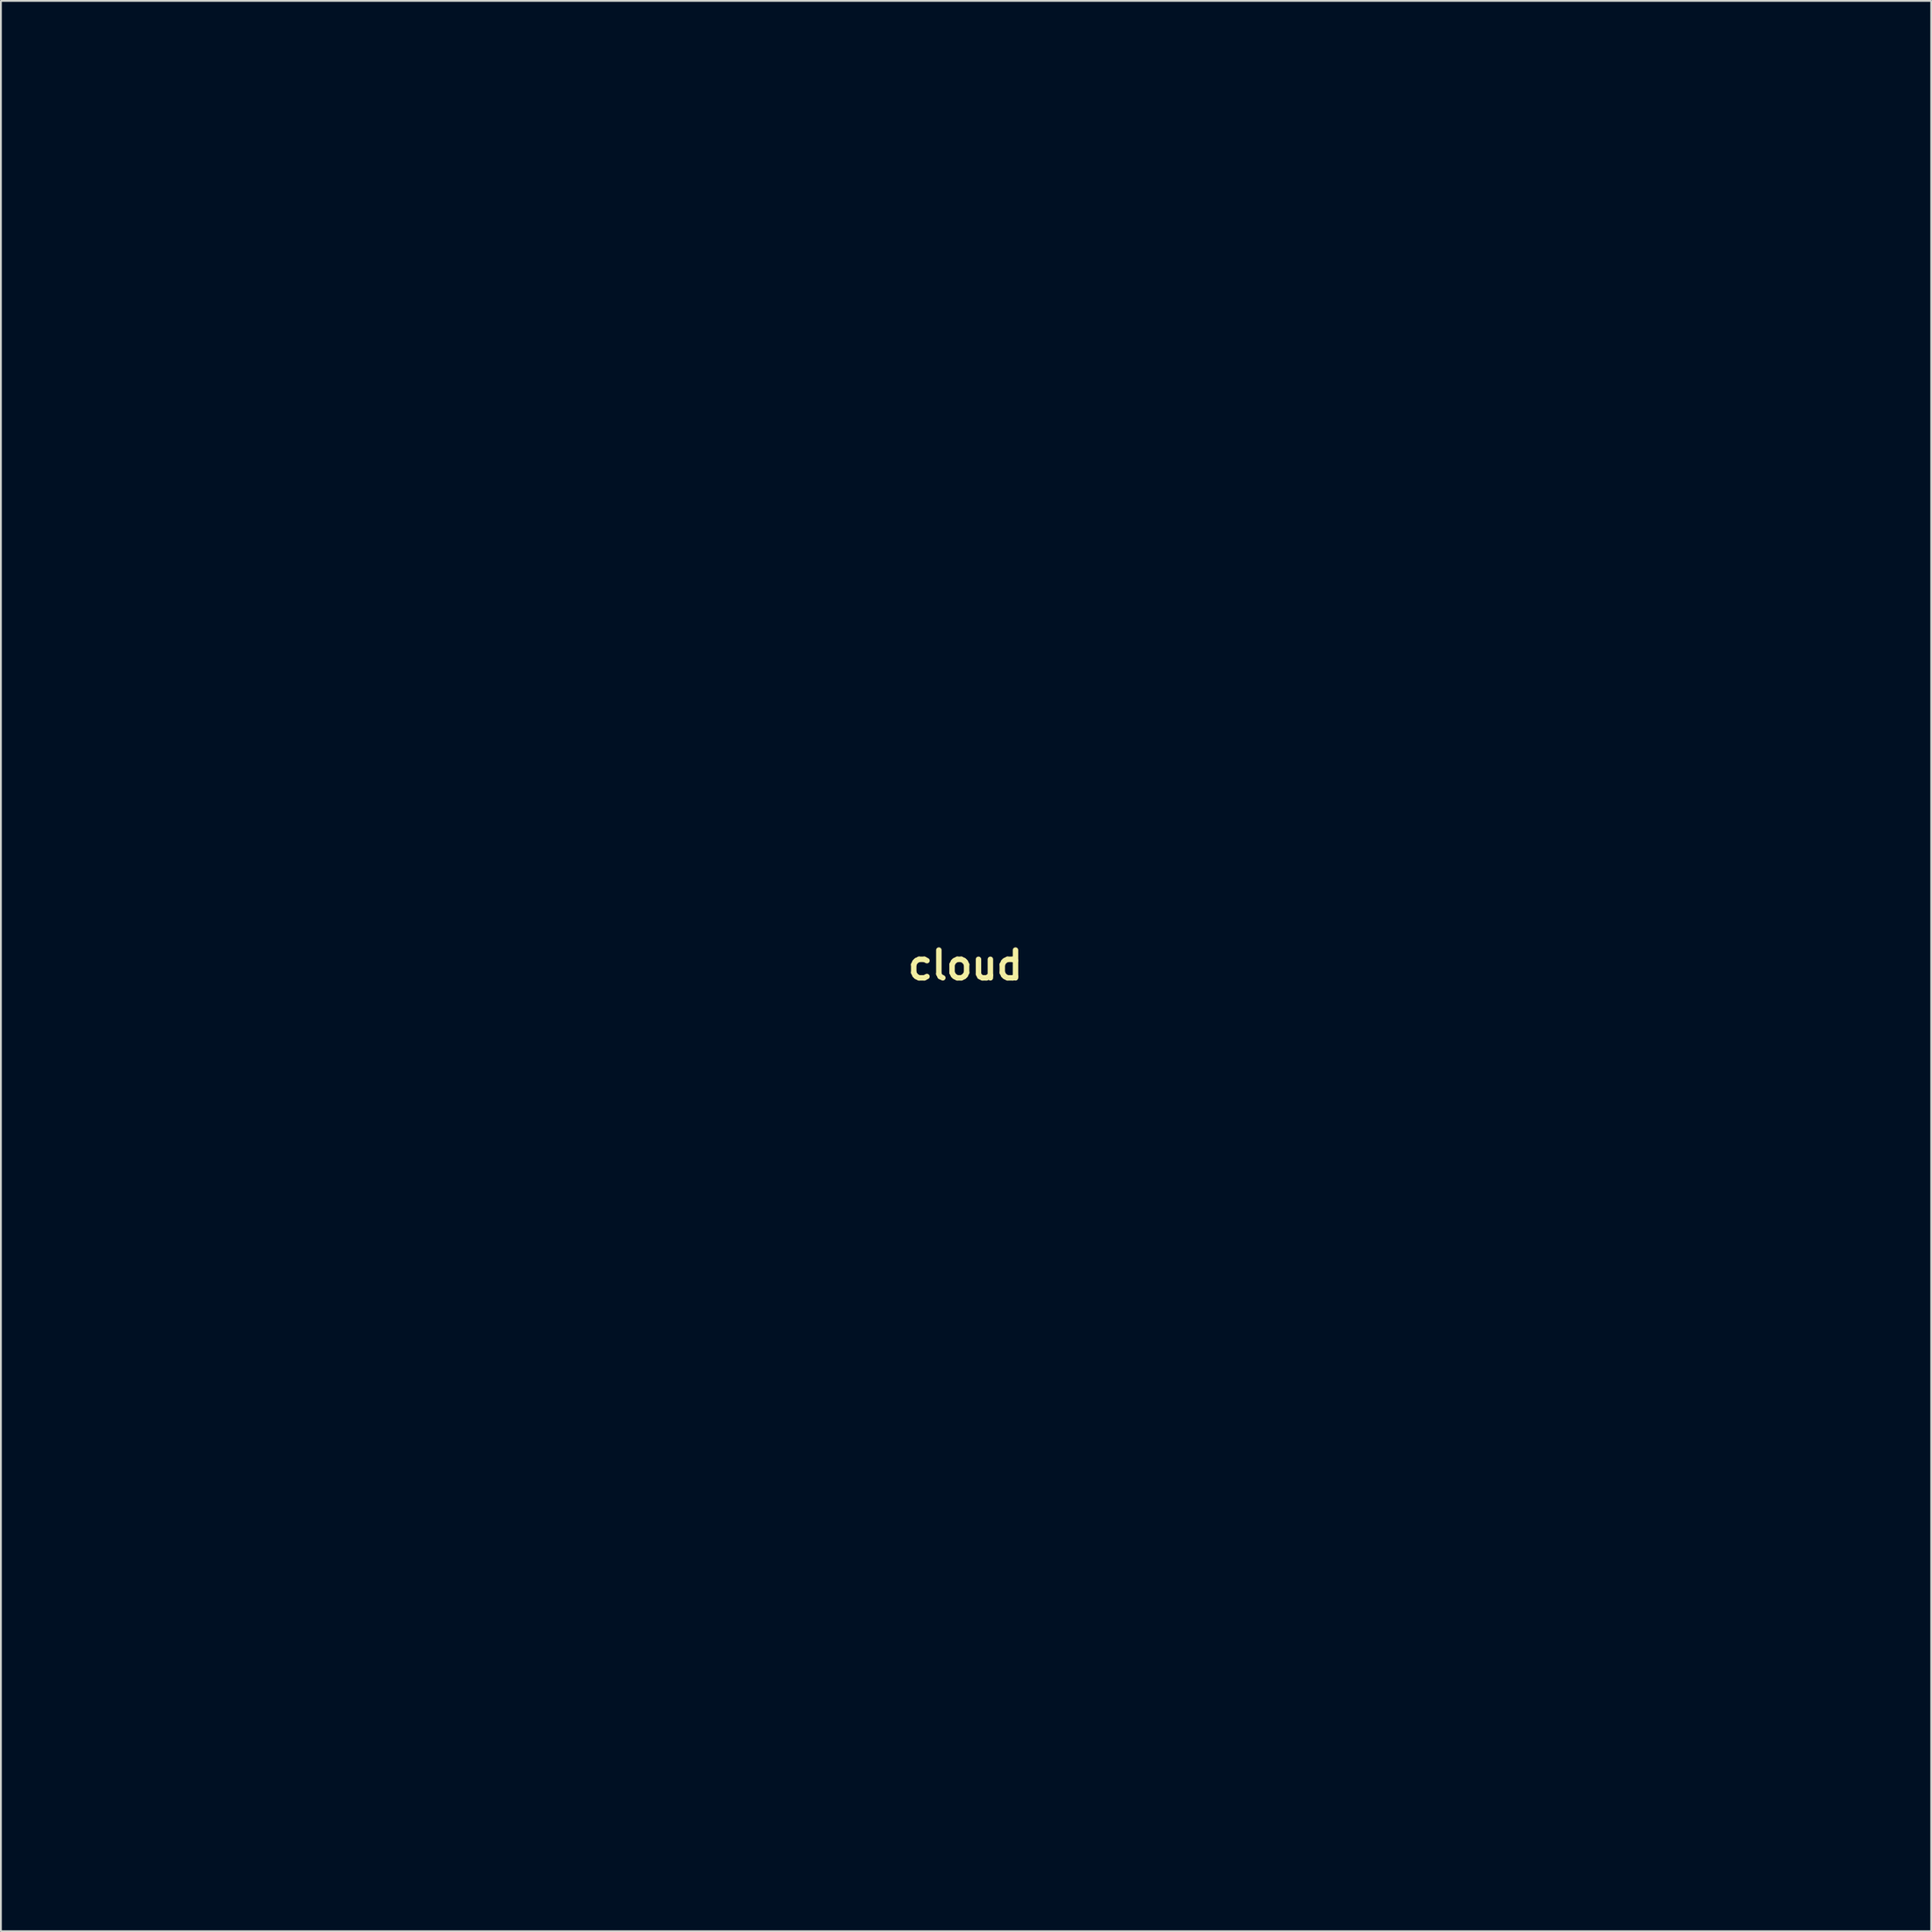
<source format=kicad_pcb>
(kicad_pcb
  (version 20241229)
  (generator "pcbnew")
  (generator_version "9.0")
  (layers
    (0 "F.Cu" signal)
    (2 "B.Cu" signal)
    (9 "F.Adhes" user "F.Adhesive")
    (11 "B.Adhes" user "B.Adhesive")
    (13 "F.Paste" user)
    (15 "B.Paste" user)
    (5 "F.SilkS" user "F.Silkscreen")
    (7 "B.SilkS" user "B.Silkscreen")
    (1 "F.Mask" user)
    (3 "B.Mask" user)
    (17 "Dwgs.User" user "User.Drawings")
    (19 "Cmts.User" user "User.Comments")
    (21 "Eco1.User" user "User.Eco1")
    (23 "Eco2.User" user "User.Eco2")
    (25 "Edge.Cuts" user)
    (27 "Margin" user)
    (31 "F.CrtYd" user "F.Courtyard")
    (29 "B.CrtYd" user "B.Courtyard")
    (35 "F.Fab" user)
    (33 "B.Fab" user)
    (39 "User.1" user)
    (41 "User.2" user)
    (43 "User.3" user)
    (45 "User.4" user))
  (footprint "cloud"
    (layer "F.Cu")
    (at 49.958 49.958)
    (property "Reference" "cloud" (at 0 0 0) (layer "F.SilkS") (effects (font (size 1.524 1.524) (thickness 0.3))))
    (attr through_hole)
    (fp_poly (pts (xy 50.038 14.636) (xy 50.038 16.146) (xy 50.037 17.61) (xy 50.037 19.019) (xy 50.036 20.364) (xy 50.035 21.635) (xy 50.033 22.824) (xy 50.032 23.922) (xy 50.03 24.92) (xy 50.028 25.809) (xy 50.026 26.58) (xy 50.024 27.225) (xy 50.022 27.734) (xy 50.019 28.099) (xy 50.017 28.311) (xy 50.015 28.363) (xy 49.95 28.307) (xy 49.794 28.155) (xy 49.574 27.933) (xy 49.422 27.778) (xy 49.176 27.514) (xy 48.984 27.284) (xy 48.871 27.121) (xy 48.853 27.071) (xy 48.809 26.945) (xy 48.694 26.724) (xy 48.53 26.451) (xy 48.504 26.41) (xy 48.313 26.096) (xy 48.147 25.787) (xy 48.042 25.551) (xy 48.041 25.549) (xy 47.853 25.16) (xy 47.553 24.712) (xy 47.167 24.237) (xy 46.723 23.773) (xy 46.532 23.594) (xy 45.888 23.017) (xy 46.177 22.663) (xy 46.386 22.38) (xy 46.603 22.039) (xy 46.714 21.844) (xy 46.901 21.505) (xy 47.121 21.126) (xy 47.264 20.889) (xy 47.463 20.508) (xy 47.673 20.007) (xy 47.875 19.436) (xy 48.055 18.843) (xy 48.197 18.275) (xy 48.259 17.947) (xy 48.3 17.573) (xy 48.326 17.062) (xy 48.337 16.448) (xy 48.332 15.784) (xy 48.302 14.258) (xy 47.652 12.95) (xy 47.401 12.455) (xy 47.136 11.955) (xy 46.882 11.494) (xy 46.665 11.117) (xy 46.573 10.968) (xy 46.386 10.668) (xy 46.241 10.42) (xy 46.156 10.259) (xy 46.143 10.221) (xy 46.095 10.125) (xy 45.967 9.929) (xy 45.782 9.67) (xy 45.685 9.54) (xy 45.322 9.1) (xy 44.847 8.59) (xy 44.288 8.037) (xy 43.673 7.469) (xy 43.273 7.119) (xy 42.846 6.693) (xy 42.586 6.284) (xy 42.492 5.886) (xy 42.563 5.494) (xy 42.798 5.102) (xy 42.908 4.976) (xy 43.154 4.786) (xy 43.515 4.628) (xy 44.01 4.496) (xy 44.535 4.402) (xy 45.06 4.308) (xy 45.624 4.184) (xy 46.188 4.04) (xy 46.71 3.888) (xy 47.152 3.739) (xy 47.473 3.603) (xy 47.507 3.585) (xy 47.795 3.392) (xy 48.106 3.131) (xy 48.306 2.928) (xy 48.571 2.636) (xy 48.884 2.302) (xy 49.144 2.032) (xy 49.404 1.753) (xy 49.646 1.468) (xy 49.819 1.238) (xy 49.82 1.237) (xy 50.038 0.908) (xy 50.038 14.636)) (stroke (width 0.01) (type solid)) (fill no) (layer "Eco2.User"))
    (fp_poly (pts (xy 50.033 -26.564) (xy 50.029 -3.175) (xy 49.838 -3.81) (xy 49.704 -4.232) (xy 49.576 -4.55) (xy 49.422 -4.823) (xy 49.211 -5.106) (xy 48.926 -5.438) (xy 48.375 -5.959) (xy 47.91 -6.262) (xy 47.546 -6.465) (xy 47.16 -6.697) (xy 46.905 -6.86) (xy 46.571 -7.073) (xy 46.206 -7.285) (xy 45.992 -7.4) (xy 45.406 -7.755) (xy 44.984 -8.146) (xy 44.726 -8.567) (xy 44.634 -9.017) (xy 44.709 -9.491) (xy 44.95 -9.988) (xy 45.203 -10.329) (xy 45.389 -10.57) (xy 45.64 -10.922) (xy 45.932 -11.35) (xy 46.243 -11.819) (xy 46.55 -12.293) (xy 46.83 -12.74) (xy 47.06 -13.123) (xy 47.218 -13.408) (xy 47.218 -13.408) (xy 47.306 -13.596) (xy 47.371 -13.787) (xy 47.42 -14.016) (xy 47.457 -14.316) (xy 47.491 -14.723) (xy 47.518 -15.155) (xy 47.564 -16.17) (xy 47.571 -17.026) (xy 47.538 -17.722) (xy 47.466 -18.257) (xy 47.356 -18.627) (xy 47.049 -19.112) (xy 46.589 -19.556) (xy 45.987 -19.951) (xy 45.257 -20.286) (xy 44.933 -20.401) (xy 44.578 -20.53) (xy 44.232 -20.675) (xy 44.001 -20.788) (xy 43.686 -20.936) (xy 43.333 -21.061) (xy 43.237 -21.088) (xy 42.953 -21.184) (xy 42.795 -21.31) (xy 42.75 -21.396) (xy 42.675 -21.762) (xy 42.726 -22.155) (xy 42.908 -22.589) (xy 43.227 -23.077) (xy 43.688 -23.631) (xy 43.74 -23.688) (xy 44.163 -24.18) (xy 44.49 -24.641) (xy 44.751 -25.125) (xy 44.975 -25.683) (xy 45.143 -26.204) (xy 45.24 -26.531) (xy 45.311 -26.798) (xy 45.361 -27.043) (xy 45.393 -27.3) (xy 45.412 -27.603) (xy 45.421 -27.989) (xy 45.423 -28.492) (xy 45.423 -28.787) (xy 45.418 -29.491) (xy 45.397 -30.051) (xy 45.355 -30.494) (xy 45.285 -30.845) (xy 45.181 -31.131) (xy 45.036 -31.376) (xy 44.845 -31.606) (xy 44.709 -31.745) (xy 44.474 -31.991) (xy 44.267 -32.232) (xy 44.16 -32.378) (xy 43.84 -32.801) (xy 43.459 -33.174) (xy 43.067 -33.45) (xy 42.952 -33.508) (xy 42.304 -33.782) (xy 41.667 -34.023) (xy 41.071 -34.219) (xy 40.545 -34.363) (xy 40.121 -34.444) (xy 39.921 -34.459) (xy 39.778 -34.467) (xy 39.669 -34.503) (xy 39.59 -34.586) (xy 39.537 -34.738) (xy 39.506 -34.975) (xy 39.494 -35.32) (xy 39.496 -35.79) (xy 39.509 -36.406) (xy 39.513 -36.555) (xy 39.527 -37.192) (xy 39.533 -37.696) (xy 39.528 -38.102) (xy 39.511 -38.445) (xy 39.48 -38.761) (xy 39.433 -39.086) (xy 39.377 -39.412) (xy 39.239 -40.145) (xy 39.094 -40.848) (xy 38.947 -41.499) (xy 38.806 -42.072) (xy 38.675 -42.544) (xy 38.561 -42.891) (xy 38.492 -43.05) (xy 38.253 -43.342) (xy 37.889 -43.6) (xy 37.444 -43.798) (xy 36.961 -43.913) (xy 36.957 -43.914) (xy 36.635 -43.989) (xy 36.328 -44.112) (xy 36.237 -44.164) (xy 36.077 -44.26) (xy 35.903 -44.338) (xy 35.698 -44.4) (xy 35.445 -44.448) (xy 35.126 -44.483) (xy 34.722 -44.506) (xy 34.218 -44.519) (xy 33.594 -44.524) (xy 32.833 -44.521) (xy 32.077 -44.515) (xy 29.083 -44.484) (xy 28.448 -44.247) (xy 28.038 -44.096) (xy 27.591 -43.934) (xy 27.228 -43.806) (xy 26.927 -43.695) (xy 26.684 -43.594) (xy 26.549 -43.524) (xy 26.545 -43.52) (xy 26.417 -43.461) (xy 26.175 -43.384) (xy 25.872 -43.305) (xy 25.868 -43.305) (xy 25.299 -43.141) (xy 24.83 -42.926) (xy 24.393 -42.629) (xy 24.366 -42.607) (xy 23.98 -42.387) (xy 23.556 -42.259) (xy 23.042 -42.092) (xy 22.483 -41.781) (xy 22.473 -41.774) (xy 22.163 -41.574) (xy 21.874 -41.395) (xy 21.66 -41.27) (xy 21.632 -41.255) (xy 21.417 -41.123) (xy 21.152 -40.934) (xy 21.016 -40.827) (xy 20.814 -40.671) (xy 20.67 -40.577) (xy 20.626 -40.565) (xy 20.569 -40.657) (xy 20.491 -40.801) (xy 20.342 -41.034) (xy 20.101 -41.351) (xy 19.796 -41.72) (xy 19.457 -42.107) (xy 19.11 -42.479) (xy 18.827 -42.762) (xy 18.508 -43.051) (xy 18.24 -43.252) (xy 17.959 -43.401) (xy 17.604 -43.538) (xy 17.568 -43.551) (xy 17.19 -43.694) (xy 16.734 -43.886) (xy 16.272 -44.095) (xy 16.044 -44.205) (xy 15.662 -44.388) (xy 15.31 -44.535) (xy 14.964 -44.65) (xy 14.6 -44.736) (xy 14.194 -44.797) (xy 13.721 -44.837) (xy 13.157 -44.858) (xy 12.479 -44.864) (xy 11.66 -44.858) (xy 11.448 -44.856) (xy 10.663 -44.845) (xy 10.024 -44.828) (xy 9.507 -44.8) (xy 9.088 -44.754) (xy 8.744 -44.681) (xy 8.451 -44.577) (xy 8.186 -44.433) (xy 7.924 -44.243) (xy 7.642 -44.001) (xy 7.316 -43.699) (xy 7.267 -43.653) (xy 6.87 -43.281) (xy 6.429 -42.871) (xy 6.005 -42.478) (xy 5.718 -42.215) (xy 5.074 -41.541) (xy 4.569 -40.818) (xy 4.282 -40.259) (xy 4.21 -40.231) (xy 4.093 -40.352) (xy 3.938 -40.609) (xy 3.754 -40.991) (xy 3.547 -41.485) (xy 3.515 -41.567) (xy 3.169 -42.375) (xy 2.809 -43.045) (xy 2.416 -43.607) (xy 2.043 -44.024) (xy 1.81 -44.253) (xy 1.609 -44.427) (xy 1.413 -44.555) (xy 1.194 -44.643) (xy 0.925 -44.699) (xy 0.577 -44.73) (xy 0.124 -44.743) (xy -0.462 -44.746) (xy -0.677 -44.746) (xy -2.413 -44.746) (xy -3.514 -44.379) (xy -3.957 -44.231) (xy -4.377 -44.09) (xy -4.731 -43.971) (xy -4.974 -43.889) (xy -4.995 -43.882) (xy -5.193 -43.795) (xy -5.504 -43.638) (xy -5.893 -43.427) (xy -6.331 -43.18) (xy -6.689 -42.971) (xy -7.175 -42.686) (xy -7.673 -42.404) (xy -8.138 -42.147) (xy -8.529 -41.94) (xy -8.721 -41.844) (xy -9.088 -41.651) (xy -9.544 -41.385) (xy -10.056 -41.069) (xy -10.589 -40.725) (xy -11.11 -40.375) (xy -11.586 -40.04) (xy -11.984 -39.744) (xy -12.27 -39.507) (xy -12.285 -39.494) (xy -12.672 -39.17) (xy -13.014 -38.971) (xy -13.351 -38.877) (xy -13.578 -38.862) (xy -13.968 -38.928) (xy -14.293 -39.13) (xy -14.557 -39.476) (xy -14.765 -39.97) (xy -14.921 -40.619) (xy -14.946 -40.766) (xy -15.024 -41.181) (xy -15.12 -41.589) (xy -15.217 -41.924) (xy -15.252 -42.02) (xy -15.377 -42.353) (xy -15.496 -42.693) (xy -15.539 -42.828) (xy -15.688 -43.227) (xy -15.882 -43.556) (xy -16.146 -43.838) (xy -16.504 -44.095) (xy -16.983 -44.349) (xy -17.457 -44.561) (xy -17.989 -44.778) (xy -18.44 -44.934) (xy -18.859 -45.037) (xy -19.293 -45.095) (xy -19.788 -45.118) (xy -20.392 -45.113) (xy -20.571 -45.108) (xy -21.109 -45.088) (xy -21.514 -45.063) (xy -21.823 -45.028) (xy -22.072 -44.978) (xy -22.298 -44.908) (xy -22.387 -44.875) (xy -22.729 -44.713) (xy -23.185 -44.45) (xy -23.742 -44.094) (xy -24.386 -43.656) (xy -25.103 -43.143) (xy -25.739 -42.671) (xy -26.146 -42.367) (xy -26.561 -42.064) (xy -26.937 -41.794) (xy -27.231 -41.589) (xy -27.262 -41.568) (xy -27.837 -41.149) (xy -28.286 -40.742) (xy -28.646 -40.311) (xy -28.876 -39.954) (xy -29.208 -39.385) (xy -29.527 -39.468) (xy -30.326 -39.694) (xy -31.047 -39.932) (xy -31.66 -40.173) (xy -32.109 -40.389) (xy -32.269 -40.433) (xy -32.535 -40.463) (xy -32.786 -40.472) (xy -33.118 -40.491) (xy -33.539 -40.542) (xy -33.975 -40.614) (xy -34.112 -40.641) (xy -34.412 -40.699) (xy -34.713 -40.742) (xy -35.048 -40.773) (xy -35.445 -40.793) (xy -35.937 -40.804) (xy -36.554 -40.809) (xy -36.867 -40.809) (xy -37.611 -40.806) (xy -38.213 -40.792) (xy -38.7 -40.764) (xy -39.098 -40.718) (xy -39.436 -40.651) (xy -39.74 -40.557) (xy -40.036 -40.434) (xy -40.294 -40.307) (xy -40.651 -40.13) (xy -41.05 -39.941) (xy -41.269 -39.841) (xy -41.605 -39.671) (xy -41.937 -39.468) (xy -42.116 -39.338) (xy -42.408 -39.123) (xy -42.732 -38.921) (xy -42.838 -38.863) (xy -43.31 -38.573) (xy -43.837 -38.16) (xy -44.389 -37.652) (xy -44.938 -37.073) (xy -45.093 -36.895) (xy -45.437 -36.486) (xy -45.687 -36.169) (xy -45.863 -35.913) (xy -45.985 -35.685) (xy -46.074 -35.452) (xy -46.14 -35.221) (xy -46.221 -34.96) (xy -46.346 -34.61) (xy -46.492 -34.239) (xy -46.523 -34.163) (xy -46.665 -33.79) (xy -46.784 -33.415) (xy -46.856 -33.11) (xy -46.864 -33.062) (xy -46.916 -32.743) (xy -46.983 -32.441) (xy -47.008 -32.349) (xy -47.065 -32.125) (xy -47.133 -31.798) (xy -47.199 -31.434) (xy -47.209 -31.376) (xy -47.281 -30.976) (xy -47.367 -30.571) (xy -47.447 -30.244) (xy -47.452 -30.229) (xy -47.56 -29.669) (xy -47.554 -29.127) (xy -47.427 -28.56) (xy -47.174 -27.93) (xy -47.151 -27.881) (xy -46.758 -27.249) (xy -46.23 -26.704) (xy -45.59 -26.269) (xy -45.487 -26.215) (xy -45.149 -26.037) (xy -44.823 -25.854) (xy -44.579 -25.703) (xy -44.571 -25.697) (xy -44.322 -25.561) (xy -43.984 -25.417) (xy -43.652 -25.302) (xy -43.331 -25.193) (xy -43.057 -25.078) (xy -42.888 -24.979) (xy -42.884 -24.975) (xy -42.676 -24.825) (xy -42.424 -24.682) (xy -42.192 -24.581) (xy -42.067 -24.553) (xy -41.971 -24.495) (xy -41.787 -24.336) (xy -41.541 -24.101) (xy -41.26 -23.814) (xy -41.259 -23.812) (xy -40.959 -23.492) (xy -40.761 -23.263) (xy -40.647 -23.1) (xy -40.6 -22.975) (xy -40.6 -22.861) (xy -40.606 -22.83) (xy -40.725 -22.576) (xy -40.96 -22.294) (xy -41.269 -22.025) (xy -41.613 -21.809) (xy -41.66 -21.786) (xy -41.958 -21.632) (xy -42.274 -21.441) (xy -42.63 -21.196) (xy -43.047 -20.882) (xy -43.547 -20.483) (xy -44.104 -20.024) (xy -44.642 -19.563) (xy -45.071 -19.163) (xy -45.421 -18.784) (xy -45.722 -18.391) (xy -46.005 -17.945) (xy -46.3 -17.411) (xy -46.435 -17.149) (xy -46.644 -16.701) (xy -46.797 -16.272) (xy -46.9 -15.825) (xy -46.959 -15.322) (xy -46.98 -14.729) (xy -46.969 -14.008) (xy -46.967 -13.935) (xy -46.933 -13.259) (xy -46.875 -12.697) (xy -46.778 -12.199) (xy -46.631 -11.715) (xy -46.42 -11.195) (xy -46.132 -10.589) (xy -46.087 -10.499) (xy -45.862 -10.062) (xy -45.671 -9.734) (xy -45.48 -9.466) (xy -45.255 -9.211) (xy -44.96 -8.922) (xy -44.926 -8.89) (xy -44.134 -8.139) (xy -43.462 -7.487) (xy -42.9 -6.926) (xy -42.439 -6.442) (xy -42.072 -6.027) (xy -41.789 -5.668) (xy -41.581 -5.356) (xy -41.439 -5.08) (xy -41.355 -4.829) (xy -41.32 -4.593) (xy -41.317 -4.51) (xy -41.386 -4.041) (xy -41.597 -3.625) (xy -41.957 -3.253) (xy -42.474 -2.915) (xy -42.798 -2.754) (xy -43.176 -2.551) (xy -43.57 -2.29) (xy -43.857 -2.062) (xy -44.141 -1.816) (xy -44.5 -1.521) (xy -44.873 -1.226) (xy -45.017 -1.116) (xy -45.365 -0.831) (xy -45.708 -0.513) (xy -45.99 -0.215) (xy -46.08 -0.106) (xy -46.387 0.309) (xy -46.708 0.759) (xy -47.024 1.218) (xy -47.317 1.657) (xy -47.569 2.05) (xy -47.761 2.368) (xy -47.877 2.586) (xy -47.893 2.625) (xy -47.923 2.766) (xy -47.949 3.007) (xy -47.968 3.361) (xy -47.983 3.838) (xy -47.993 4.451) (xy -47.999 5.212) (xy -48 5.969) (xy -47.997 7.048) (xy -47.984 7.972) (xy -47.961 8.752) (xy -47.926 9.401) (xy -47.88 9.934) (xy -47.82 10.362) (xy -47.746 10.699) (xy -47.657 10.958) (xy -47.615 11.045) (xy -47.425 11.344) (xy -47.119 11.738) (xy -46.694 12.231) (xy -46.148 12.824) (xy -45.478 13.522) (xy -44.681 14.326) (xy -44.528 14.478) (xy -43.923 15.086) (xy -43.43 15.597) (xy -43.034 16.031) (xy -42.721 16.404) (xy -42.478 16.734) (xy -42.291 17.039) (xy -42.144 17.336) (xy -42.037 17.612) (xy -41.921 18.166) (xy -41.965 18.699) (xy -42.162 19.187) (xy -42.401 19.503) (xy -42.551 19.646) (xy -42.799 19.869) (xy -43.114 20.143) (xy -43.464 20.441) (xy -43.544 20.508) (xy -43.961 20.869) (xy -44.316 21.211) (xy -44.649 21.575) (xy -45 22.005) (xy -45.313 22.417) (xy -45.617 22.829) (xy -45.901 23.224) (xy -46.142 23.571) (xy -46.317 23.835) (xy -46.381 23.942) (xy -46.479 24.153) (xy -46.611 24.489) (xy -46.763 24.913) (xy -46.921 25.388) (xy -47.016 25.687) (xy -47.177 26.215) (xy -47.292 26.626) (xy -47.371 26.965) (xy -47.422 27.276) (xy -47.453 27.602) (xy -47.473 27.989) (xy -47.476 28.08) (xy -47.515 29.108) (xy -47.116 30.281) (xy -46.846 31.049) (xy -46.6 31.676) (xy -46.358 32.185) (xy -46.103 32.6) (xy -45.817 32.943) (xy -45.482 33.237) (xy -45.079 33.507) (xy -44.59 33.774) (xy -44.249 33.943) (xy -43.691 34.226) (xy -43.266 34.474) (xy -42.946 34.704) (xy -42.78 34.854) (xy -42.388 35.247) (xy -42.594 35.409) (xy -43.053 35.813) (xy -43.459 36.246) (xy -43.763 36.66) (xy -43.789 36.703) (xy -43.975 36.99) (xy -44.219 37.329) (xy -44.456 37.631) (xy -44.783 38.082) (xy -45.02 38.552) (xy -45.186 39.093) (xy -45.29 39.666) (xy -45.349 40.084) (xy -45.412 40.527) (xy -45.464 40.894) (xy -45.517 41.265) (xy -45.58 41.708) (xy -45.641 42.122) (xy -45.691 42.785) (xy -45.626 43.393) (xy -45.436 44.003) (xy -45.251 44.408) (xy -44.866 45.125) (xy -44.491 45.707) (xy -44.097 46.183) (xy -43.655 46.585) (xy -43.138 46.94) (xy -42.527 47.274) (xy -42.133 47.468) (xy -41.78 47.628) (xy -41.445 47.759) (xy -41.109 47.863) (xy -40.751 47.943) (xy -40.351 48.002) (xy -39.888 48.042) (xy -39.342 48.067) (xy -38.693 48.078) (xy -37.919 48.081) (xy -37.001 48.076) (xy -36.789 48.074) (xy -33.57 48.048) (xy -32.84 47.725) (xy -32.339 47.471) (xy -31.887 47.182) (xy -31.655 46.998) (xy -31.358 46.75) (xy -31.044 46.511) (xy -30.819 46.358) (xy -30.437 46.098) (xy -30.116 45.813) (xy -29.805 45.457) (xy -29.579 45.154) (xy -29.23 44.738) (xy -28.834 44.421) (xy -28.677 44.325) (xy -28.371 44.13) (xy -27.998 43.87) (xy -27.622 43.588) (xy -27.474 43.472) (xy -26.665 42.893) (xy -25.788 42.42) (xy -24.8 42.031) (xy -24.673 41.989) (xy -24.206 41.828) (xy -23.692 41.636) (xy -23.22 41.446) (xy -23.083 41.388) (xy -22.696 41.227) (xy -22.435 41.142) (xy -22.278 41.126) (xy -22.225 41.148) (xy -22.155 41.273) (xy -22.078 41.513) (xy -22.013 41.807) (xy -21.931 42.148) (xy -21.801 42.57) (xy -21.645 43) (xy -21.581 43.158) (xy -21.44 43.508) (xy -21.329 43.815) (xy -21.263 44.034) (xy -21.251 44.107) (xy -21.202 44.387) (xy -21.073 44.74) (xy -20.89 45.112) (xy -20.679 45.443) (xy -20.583 45.563) (xy -20.357 45.851) (xy -20.147 46.168) (xy -20.066 46.313) (xy -19.938 46.507) (xy -19.712 46.788) (xy -19.414 47.128) (xy -19.069 47.495) (xy -18.88 47.688) (xy -18.371 48.179) (xy -17.931 48.554) (xy -17.529 48.832) (xy -17.132 49.032) (xy -16.707 49.173) (xy -16.221 49.273) (xy -16.129 49.288) (xy -15.879 49.313) (xy -15.488 49.336) (xy -14.977 49.358) (xy -14.368 49.377) (xy -13.681 49.393) (xy -12.938 49.406) (xy -12.159 49.417) (xy -11.366 49.425) (xy -10.581 49.429) (xy -9.823 49.43) (xy -9.115 49.427) (xy -8.476 49.421) (xy -7.93 49.411) (xy -7.496 49.396) (xy -7.195 49.378) (xy -7.077 49.362) (xy -6.598 49.203) (xy -6.023 48.903) (xy -5.673 48.683) (xy -5.528 48.611) (xy -5.282 48.508) (xy -5.053 48.422) (xy -4.728 48.275) (xy -4.358 48.063) (xy -4.037 47.844) (xy -3.683 47.592) (xy -3.282 47.332) (xy -2.963 47.146) (xy -2.367 46.82) (xy -1.9 46.558) (xy -1.54 46.347) (xy -1.267 46.173) (xy -1.058 46.024) (xy -0.892 45.885) (xy -0.804 45.801) (xy -0.548 45.562) (xy -0.234 45.29) (xy 0 45.101) (xy 0.347 44.78) (xy 0.647 44.412) (xy 0.734 44.277) (xy 0.898 44.01) (xy 1.05 43.792) (xy 1.137 43.688) (xy 1.27 43.562) (xy 1.474 43.366) (xy 1.652 43.194) (xy 1.884 42.99) (xy 2.024 42.915) (xy 2.064 42.94) (xy 2.106 43.09) (xy 2.17 43.324) (xy 2.19 43.395) (xy 2.304 43.671) (xy 2.483 43.966) (xy 2.566 44.073) (xy 2.774 44.349) (xy 2.99 44.68) (xy 3.09 44.854) (xy 3.259 45.096) (xy 3.533 45.413) (xy 3.884 45.777) (xy 4.283 46.161) (xy 4.699 46.538) (xy 5.103 46.88) (xy 5.466 47.161) (xy 5.759 47.353) (xy 5.828 47.388) (xy 6.403 47.657) (xy 6.861 47.86) (xy 7.237 48.007) (xy 7.562 48.11) (xy 7.873 48.18) (xy 8.203 48.227) (xy 8.575 48.261) (xy 9.185 48.317) (xy 9.699 48.384) (xy 10.191 48.475) (xy 10.71 48.596) (xy 10.898 48.619) (xy 11.231 48.635) (xy 11.684 48.644) (xy 12.234 48.647) (xy 12.857 48.645) (xy 13.528 48.638) (xy 14.222 48.626) (xy 14.917 48.61) (xy 15.587 48.59) (xy 16.208 48.567) (xy 16.756 48.541) (xy 17.208 48.512) (xy 17.538 48.481) (xy 17.644 48.466) (xy 18.036 48.38) (xy 18.428 48.261) (xy 18.738 48.134) (xy 18.745 48.13) (xy 19.087 47.954) (xy 19.454 47.766) (xy 19.6 47.692) (xy 19.89 47.53) (xy 20.156 47.357) (xy 20.262 47.277) (xy 20.46 47.13) (xy 20.742 46.943) (xy 21.023 46.77) (xy 21.342 46.554) (xy 21.755 46.23) (xy 22.241 45.813) (xy 22.781 45.323) (xy 23.357 44.775) (xy 23.749 44.387) (xy 24.275 43.859) (xy 24.714 43.989) (xy 25.122 44.171) (xy 25.614 44.499) (xy 25.83 44.667) (xy 26.259 45.007) (xy 26.61 45.267) (xy 26.931 45.474) (xy 27.272 45.657) (xy 27.678 45.845) (xy 28.152 46.046) (xy 29.135 46.404) (xy 30.064 46.638) (xy 30.071 46.639) (xy 30.47 46.722) (xy 30.83 46.809) (xy 31.104 46.89) (xy 31.219 46.936) (xy 31.396 47.006) (xy 31.695 47.103) (xy 32.074 47.215) (xy 32.472 47.322) (xy 32.93 47.435) (xy 33.307 47.51) (xy 33.663 47.554) (xy 34.06 47.576) (xy 34.558 47.583) (xy 34.63 47.583) (xy 35.158 47.578) (xy 35.574 47.556) (xy 35.936 47.51) (xy 36.299 47.43) (xy 36.721 47.308) (xy 36.999 47.219) (xy 37.328 47.121) (xy 37.693 47.025) (xy 37.804 46.999) (xy 38.115 46.9) (xy 38.525 46.732) (xy 38.988 46.517) (xy 39.462 46.278) (xy 39.901 46.035) (xy 40.262 45.812) (xy 40.47 45.659) (xy 40.788 45.356) (xy 41.138 44.972) (xy 41.488 44.548) (xy 41.808 44.123) (xy 42.064 43.738) (xy 42.217 43.454) (xy 42.363 43.125) (xy 42.511 42.8) (xy 42.59 42.63) (xy 42.751 42.291) (xy 44.977 42.287) (xy 47.202 42.283) (xy 47.921 42.016) (xy 48.564 41.778) (xy 49.063 41.592) (xy 49.434 41.453) (xy 49.691 41.355) (xy 49.851 41.293) (xy 49.89 41.277) (xy 49.923 41.27) (xy 49.95 41.29) (xy 49.973 41.349) (xy 49.992 41.461) (xy 50.006 41.639) (xy 50.017 41.896) (xy 50.026 42.245) (xy 50.031 42.7) (xy 50.035 43.274) (xy 50.037 43.98) (xy 50.038 44.832) (xy 50.038 45.626) (xy 50.038 50.038) (xy -49.953 50.038) (xy -49.953 -49.953) (xy 50.038 -49.953) (xy 50.033 -26.564)) (stroke (width 0.01) (type solid)) (fill no) (layer "Eco2.User")))
  (gr_rect
    (start -3 -3)
    (end 103.001 103.001)
    (stroke (width 0.1) (type default))
    (fill no)
    (layer "Edge.Cuts")))
</source>
